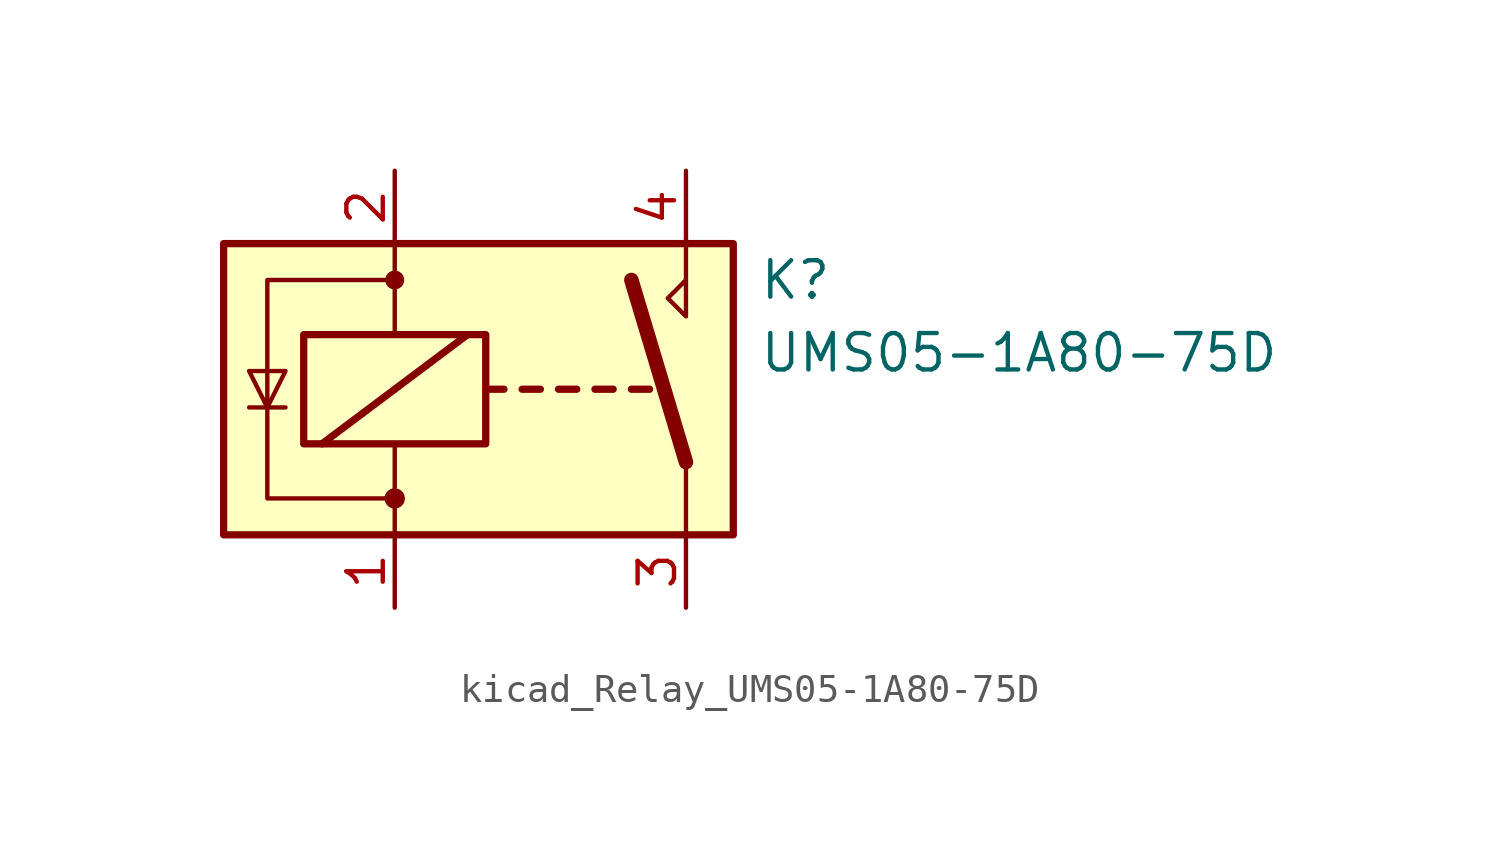
<source format=kicad_sym>
(kicad_symbol_lib
  (version 20220914)
  (generator kicad_symbol_editor)
  (symbol "kicad_Relay_UMS05-1A80-75D"
    (property "Reference" "K"
      (at 7.62 3.81 0)
      (effects (font (size 1.27 1.27)) (justify left)))
    (property "Value" "UMS05-1A80-75D"
      (at 7.62 1.27 0)
      (effects (font (size 1.27 1.27)) (justify left)))
    (symbol "kicad_Relay_UMS05-1A80-75D_0_0"
      (polyline (pts (xy 5.08 5.08) (xy 5.08 2.54) (xy 4.445 3.175) (xy 5.08 3.81)) (stroke (width 0) (type default)) (fill (type none))))
    (symbol "kicad_Relay_UMS05-1A80-75D_0_1"
      (rectangle (start -11.049 5.08) (end 6.731 -5.08) (stroke (width 0.254) (type default)) (fill (type background)))
      (rectangle (start -8.255 1.905) (end -1.905 -1.905) (stroke (width 0.254) (type default)) (fill (type none)))
      (circle (center -5.08 -3.81) (radius 0.279) (stroke (width 0) (type default)) (fill (type outline)))
      (circle (center -5.08 3.81) (radius 0.254) (stroke (width 0) (type default)) (fill (type outline)))
      (polyline (pts (xy -8.89 -0.635) (xy -10.16 -0.635)) (stroke (width 0) (type default)) (fill (type none)))
      (polyline (pts (xy -7.62 -1.905) (xy -2.54 1.905)) (stroke (width 0.254) (type default)) (fill (type none)))
      (polyline (pts (xy -5.08 -5.08) (xy -5.08 -1.905)) (stroke (width 0) (type default)) (fill (type none)))
      (polyline (pts (xy -5.08 5.08) (xy -5.08 1.905)) (stroke (width 0) (type default)) (fill (type none)))
      (polyline (pts (xy -1.905 0) (xy -1.27 0)) (stroke (width 0.254) (type default)) (fill (type none)))
      (polyline (pts (xy -0.635 0) (xy 0 0)) (stroke (width 0.254) (type default)) (fill (type none)))
      (polyline (pts (xy 0.635 0) (xy 1.27 0)) (stroke (width 0.254) (type default)) (fill (type none)))
      (polyline (pts (xy 1.905 0) (xy 2.54 0)) (stroke (width 0.254) (type default)) (fill (type none)))
      (polyline (pts (xy 3.175 0) (xy 3.81 0)) (stroke (width 0.254) (type default)) (fill (type none)))
      (polyline (pts (xy 5.08 -2.54) (xy 3.175 3.81)) (stroke (width 0.508) (type default)) (fill (type none)))
      (polyline (pts (xy 5.08 -2.54) (xy 5.08 -5.08)) (stroke (width 0) (type default)) (fill (type none)))
      (polyline (pts (xy -9.525 -0.635) (xy -10.16 0.635) (xy -8.89 0.635) (xy -9.525 -0.635)) (stroke (width 0) (type default)) (fill (type none)))
      (polyline (pts (xy -5.08 3.81) (xy -9.525 3.81) (xy -9.525 -3.81) (xy -5.08 -3.81)) (stroke (width 0) (type default)) (fill (type none))))
    (symbol "kicad_Relay_UMS05-1A80-75D_1_1"
      (pin passive line (at -5.08 -7.62 90) (length 2.54) (name "~" (effects (font (size 1.27 1.27)))) (number "1" (effects (font (size 1.27 1.27)))))
      (pin passive line (at -5.08 7.62 270) (length 2.54) (name "~" (effects (font (size 1.27 1.27)))) (number "2" (effects (font (size 1.27 1.27)))))
      (pin passive line (at 5.08 -7.62 90) (length 2.54) (name "~" (effects (font (size 1.27 1.27)))) (number "3" (effects (font (size 1.27 1.27)))))
      (pin passive line (at 5.08 7.62 270) (length 2.54) (name "~" (effects (font (size 1.27 1.27)))) (number "4" (effects (font (size 1.27 1.27))))))))
</source>
